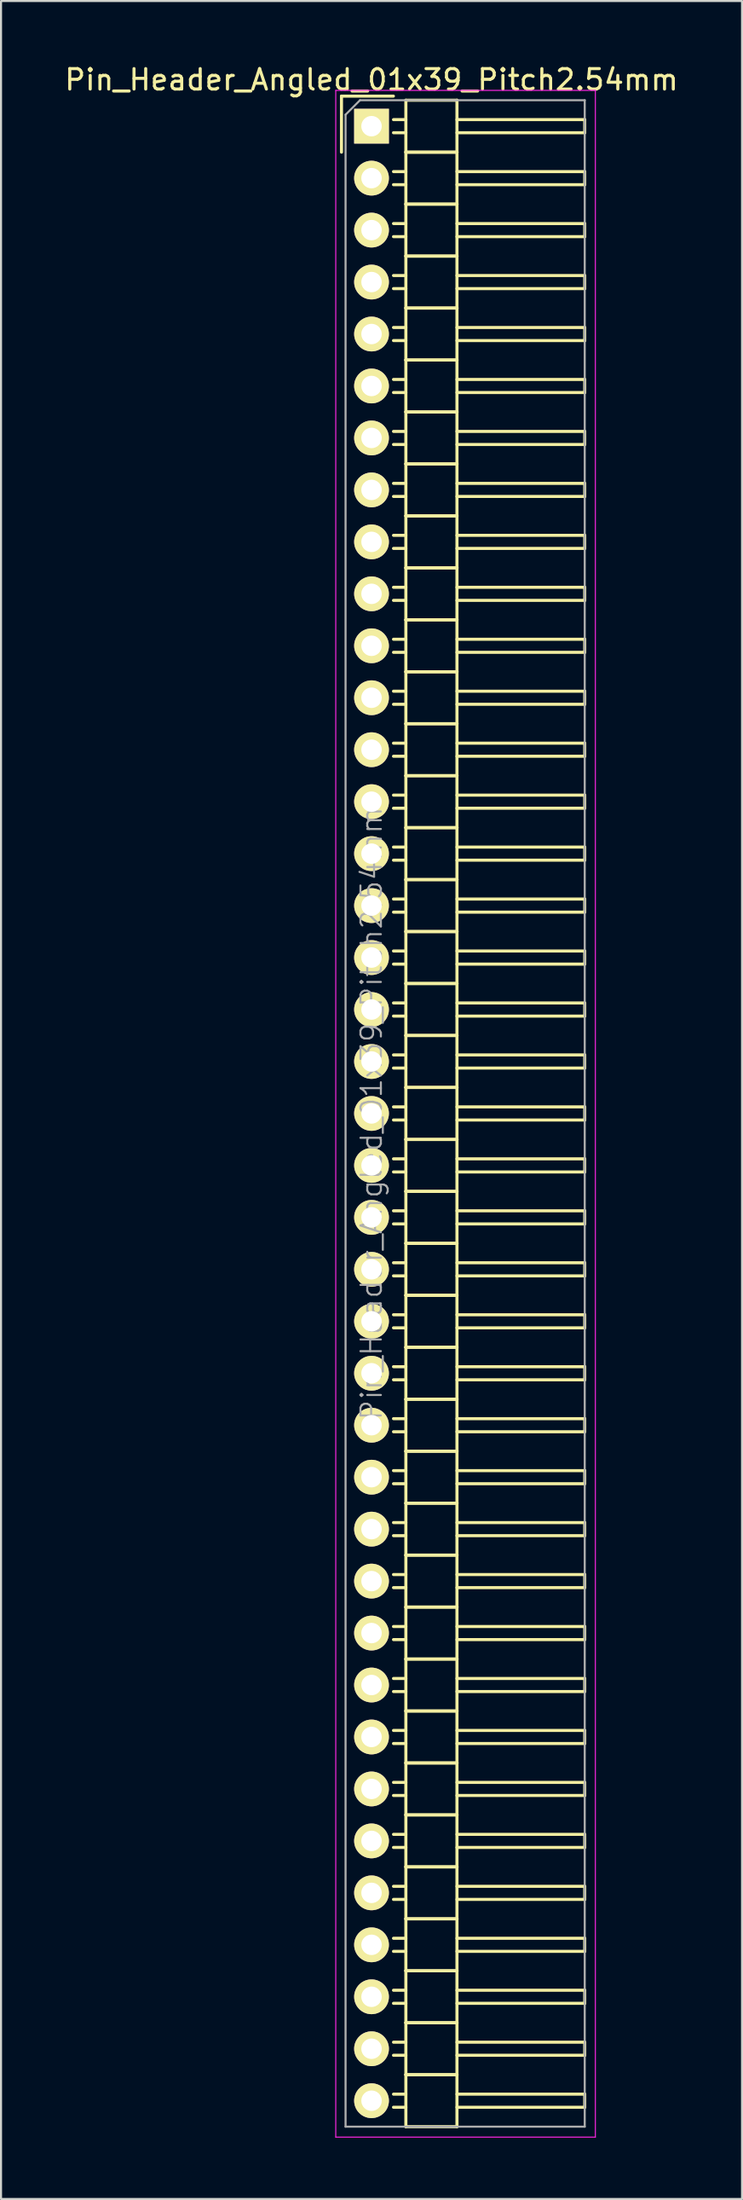
<source format=kicad_pcb>
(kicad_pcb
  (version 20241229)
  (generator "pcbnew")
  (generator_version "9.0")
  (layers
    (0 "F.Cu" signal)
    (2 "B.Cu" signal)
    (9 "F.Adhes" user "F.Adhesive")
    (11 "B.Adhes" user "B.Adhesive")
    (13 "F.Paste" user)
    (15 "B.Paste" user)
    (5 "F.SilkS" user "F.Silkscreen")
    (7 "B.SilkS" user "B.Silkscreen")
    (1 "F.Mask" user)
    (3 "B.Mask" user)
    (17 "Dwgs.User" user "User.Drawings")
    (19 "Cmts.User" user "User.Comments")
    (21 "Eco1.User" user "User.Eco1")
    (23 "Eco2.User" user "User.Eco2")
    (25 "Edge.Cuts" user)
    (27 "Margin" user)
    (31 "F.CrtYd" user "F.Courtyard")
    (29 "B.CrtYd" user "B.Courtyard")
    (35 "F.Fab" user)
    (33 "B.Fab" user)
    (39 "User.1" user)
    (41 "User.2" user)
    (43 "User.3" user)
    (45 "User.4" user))
  (footprint "Pin_Header_Angled_01x39_Pitch2.54mm"
    (layer "F.Cu")
    (at 15.125 3.118)
    (property "Reference" "Pin_Header_Angled_01x39_Pitch2.54mm" (at 0 -2.27 0) (layer "F.SilkS") (effects (font (size 1 1) (thickness 0.15))))
    (attr smd)
    (fp_line (start -1.47 -1.47) (end -1.47 1.27) (stroke (width 0.15) (type solid)) (layer "F.SilkS"))
    (fp_line (start -1.47 -1.47) (end 1.07 -1.47) (stroke (width 0.15) (type solid)) (layer "F.SilkS"))
    (fp_line (start 1.68 -0.32) (end 1.075 -0.32) (stroke (width 0.15) (type solid)) (layer "F.SilkS"))
    (fp_line (start 1.68 0.32) (end 1.075 0.32) (stroke (width 0.15) (type solid)) (layer "F.SilkS"))
    (fp_line (start 1.68 1.27) (end 1.68 -1.27) (stroke (width 0.15) (type solid)) (layer "F.SilkS"))
    (fp_line (start 1.68 2.22) (end 1.075 2.22) (stroke (width 0.15) (type solid)) (layer "F.SilkS"))
    (fp_line (start 1.68 2.86) (end 1.075 2.86) (stroke (width 0.15) (type solid)) (layer "F.SilkS"))
    (fp_line (start 1.68 3.81) (end 1.68 1.27) (stroke (width 0.15) (type solid)) (layer "F.SilkS"))
    (fp_line (start 1.68 4.76) (end 1.075 4.76) (stroke (width 0.15) (type solid)) (layer "F.SilkS"))
    (fp_line (start 1.68 5.4) (end 1.075 5.4) (stroke (width 0.15) (type solid)) (layer "F.SilkS"))
    (fp_line (start 1.68 6.35) (end 1.68 3.81) (stroke (width 0.15) (type solid)) (layer "F.SilkS"))
    (fp_line (start 1.68 7.3) (end 1.075 7.3) (stroke (width 0.15) (type solid)) (layer "F.SilkS"))
    (fp_line (start 1.68 7.94) (end 1.075 7.94) (stroke (width 0.15) (type solid)) (layer "F.SilkS"))
    (fp_line (start 1.68 8.89) (end 1.68 6.35) (stroke (width 0.15) (type solid)) (layer "F.SilkS"))
    (fp_line (start 1.68 9.84) (end 1.075 9.84) (stroke (width 0.15) (type solid)) (layer "F.SilkS"))
    (fp_line (start 1.68 10.48) (end 1.075 10.48) (stroke (width 0.15) (type solid)) (layer "F.SilkS"))
    (fp_line (start 1.68 11.43) (end 1.68 8.89) (stroke (width 0.15) (type solid)) (layer "F.SilkS"))
    (fp_line (start 1.68 12.38) (end 1.075 12.38) (stroke (width 0.15) (type solid)) (layer "F.SilkS"))
    (fp_line (start 1.68 13.02) (end 1.075 13.02) (stroke (width 0.15) (type solid)) (layer "F.SilkS"))
    (fp_line (start 1.68 13.97) (end 1.68 11.43) (stroke (width 0.15) (type solid)) (layer "F.SilkS"))
    (fp_line (start 1.68 14.92) (end 1.075 14.92) (stroke (width 0.15) (type solid)) (layer "F.SilkS"))
    (fp_line (start 1.68 15.56) (end 1.075 15.56) (stroke (width 0.15) (type solid)) (layer "F.SilkS"))
    (fp_line (start 1.68 16.51) (end 1.68 13.97) (stroke (width 0.15) (type solid)) (layer "F.SilkS"))
    (fp_line (start 1.68 17.46) (end 1.075 17.46) (stroke (width 0.15) (type solid)) (layer "F.SilkS"))
    (fp_line (start 1.68 18.1) (end 1.075 18.1) (stroke (width 0.15) (type solid)) (layer "F.SilkS"))
    (fp_line (start 1.68 19.05) (end 1.68 16.51) (stroke (width 0.15) (type solid)) (layer "F.SilkS"))
    (fp_line (start 1.68 20) (end 1.075 20) (stroke (width 0.15) (type solid)) (layer "F.SilkS"))
    (fp_line (start 1.68 20.64) (end 1.075 20.64) (stroke (width 0.15) (type solid)) (layer "F.SilkS"))
    (fp_line (start 1.68 21.59) (end 1.68 19.05) (stroke (width 0.15) (type solid)) (layer "F.SilkS"))
    (fp_line (start 1.68 22.54) (end 1.075 22.54) (stroke (width 0.15) (type solid)) (layer "F.SilkS"))
    (fp_line (start 1.68 23.18) (end 1.075 23.18) (stroke (width 0.15) (type solid)) (layer "F.SilkS"))
    (fp_line (start 1.68 24.13) (end 1.68 21.59) (stroke (width 0.15) (type solid)) (layer "F.SilkS"))
    (fp_line (start 1.68 25.08) (end 1.075 25.08) (stroke (width 0.15) (type solid)) (layer "F.SilkS"))
    (fp_line (start 1.68 25.72) (end 1.075 25.72) (stroke (width 0.15) (type solid)) (layer "F.SilkS"))
    (fp_line (start 1.68 26.67) (end 1.68 24.13) (stroke (width 0.15) (type solid)) (layer "F.SilkS"))
    (fp_line (start 1.68 27.62) (end 1.075 27.62) (stroke (width 0.15) (type solid)) (layer "F.SilkS"))
    (fp_line (start 1.68 28.26) (end 1.075 28.26) (stroke (width 0.15) (type solid)) (layer "F.SilkS"))
    (fp_line (start 1.68 29.21) (end 1.68 26.67) (stroke (width 0.15) (type solid)) (layer "F.SilkS"))
    (fp_line (start 1.68 30.16) (end 1.075 30.16) (stroke (width 0.15) (type solid)) (layer "F.SilkS"))
    (fp_line (start 1.68 30.8) (end 1.075 30.8) (stroke (width 0.15) (type solid)) (layer "F.SilkS"))
    (fp_line (start 1.68 31.75) (end 1.68 29.21) (stroke (width 0.15) (type solid)) (layer "F.SilkS"))
    (fp_line (start 1.68 32.7) (end 1.075 32.7) (stroke (width 0.15) (type solid)) (layer "F.SilkS"))
    (fp_line (start 1.68 33.34) (end 1.075 33.34) (stroke (width 0.15) (type solid)) (layer "F.SilkS"))
    (fp_line (start 1.68 34.29) (end 1.68 31.75) (stroke (width 0.15) (type solid)) (layer "F.SilkS"))
    (fp_line (start 1.68 35.24) (end 1.075 35.24) (stroke (width 0.15) (type solid)) (layer "F.SilkS"))
    (fp_line (start 1.68 35.88) (end 1.075 35.88) (stroke (width 0.15) (type solid)) (layer "F.SilkS"))
    (fp_line (start 1.68 36.83) (end 1.68 34.29) (stroke (width 0.15) (type solid)) (layer "F.SilkS"))
    (fp_line (start 1.68 37.78) (end 1.075 37.78) (stroke (width 0.15) (type solid)) (layer "F.SilkS"))
    (fp_line (start 1.68 38.42) (end 1.075 38.42) (stroke (width 0.15) (type solid)) (layer "F.SilkS"))
    (fp_line (start 1.68 39.37) (end 1.68 36.83) (stroke (width 0.15) (type solid)) (layer "F.SilkS"))
    (fp_line (start 1.68 40.32) (end 1.075 40.32) (stroke (width 0.15) (type solid)) (layer "F.SilkS"))
    (fp_line (start 1.68 40.96) (end 1.075 40.96) (stroke (width 0.15) (type solid)) (layer "F.SilkS"))
    (fp_line (start 1.68 41.91) (end 1.68 39.37) (stroke (width 0.15) (type solid)) (layer "F.SilkS"))
    (fp_line (start 1.68 42.86) (end 1.075 42.86) (stroke (width 0.15) (type solid)) (layer "F.SilkS"))
    (fp_line (start 1.68 43.5) (end 1.075 43.5) (stroke (width 0.15) (type solid)) (layer "F.SilkS"))
    (fp_line (start 1.68 44.45) (end 1.68 41.91) (stroke (width 0.15) (type solid)) (layer "F.SilkS"))
    (fp_line (start 1.68 45.4) (end 1.075 45.4) (stroke (width 0.15) (type solid)) (layer "F.SilkS"))
    (fp_line (start 1.68 46.04) (end 1.075 46.04) (stroke (width 0.15) (type solid)) (layer "F.SilkS"))
    (fp_line (start 1.68 46.99) (end 1.68 44.45) (stroke (width 0.15) (type solid)) (layer "F.SilkS"))
    (fp_line (start 1.68 47.94) (end 1.075 47.94) (stroke (width 0.15) (type solid)) (layer "F.SilkS"))
    (fp_line (start 1.68 48.58) (end 1.075 48.58) (stroke (width 0.15) (type solid)) (layer "F.SilkS"))
    (fp_line (start 1.68 49.53) (end 1.68 46.99) (stroke (width 0.15) (type solid)) (layer "F.SilkS"))
    (fp_line (start 1.68 50.48) (end 1.075 50.48) (stroke (width 0.15) (type solid)) (layer "F.SilkS"))
    (fp_line (start 1.68 51.12) (end 1.075 51.12) (stroke (width 0.15) (type solid)) (layer "F.SilkS"))
    (fp_line (start 1.68 52.07) (end 1.68 49.53) (stroke (width 0.15) (type solid)) (layer "F.SilkS"))
    (fp_line (start 1.68 53.02) (end 1.075 53.02) (stroke (width 0.15) (type solid)) (layer "F.SilkS"))
    (fp_line (start 1.68 53.66) (end 1.075 53.66) (stroke (width 0.15) (type solid)) (layer "F.SilkS"))
    (fp_line (start 1.68 54.61) (end 1.68 52.07) (stroke (width 0.15) (type solid)) (layer "F.SilkS"))
    (fp_line (start 1.68 55.56) (end 1.075 55.56) (stroke (width 0.15) (type solid)) (layer "F.SilkS"))
    (fp_line (start 1.68 56.2) (end 1.075 56.2) (stroke (width 0.15) (type solid)) (layer "F.SilkS"))
    (fp_line (start 1.68 57.15) (end 1.68 54.61) (stroke (width 0.15) (type solid)) (layer "F.SilkS"))
    (fp_line (start 1.68 58.1) (end 1.075 58.1) (stroke (width 0.15) (type solid)) (layer "F.SilkS"))
    (fp_line (start 1.68 58.74) (end 1.075 58.74) (stroke (width 0.15) (type solid)) (layer "F.SilkS"))
    (fp_line (start 1.68 59.69) (end 1.68 57.15) (stroke (width 0.15) (type solid)) (layer "F.SilkS"))
    (fp_line (start 1.68 60.64) (end 1.075 60.64) (stroke (width 0.15) (type solid)) (layer "F.SilkS"))
    (fp_line (start 1.68 61.28) (end 1.075 61.28) (stroke (width 0.15) (type solid)) (layer "F.SilkS"))
    (fp_line (start 1.68 62.23) (end 1.68 59.69) (stroke (width 0.15) (type solid)) (layer "F.SilkS"))
    (fp_line (start 1.68 63.18) (end 1.075 63.18) (stroke (width 0.15) (type solid)) (layer "F.SilkS"))
    (fp_line (start 1.68 63.82) (end 1.075 63.82) (stroke (width 0.15) (type solid)) (layer "F.SilkS"))
    (fp_line (start 1.68 64.77) (end 1.68 62.23) (stroke (width 0.15) (type solid)) (layer "F.SilkS"))
    (fp_line (start 1.68 65.72) (end 1.075 65.72) (stroke (width 0.15) (type solid)) (layer "F.SilkS"))
    (fp_line (start 1.68 66.36) (end 1.075 66.36) (stroke (width 0.15) (type solid)) (layer "F.SilkS"))
    (fp_line (start 1.68 67.31) (end 1.68 64.77) (stroke (width 0.15) (type solid)) (layer "F.SilkS"))
    (fp_line (start 1.68 68.26) (end 1.075 68.26) (stroke (width 0.15) (type solid)) (layer "F.SilkS"))
    (fp_line (start 1.68 68.9) (end 1.075 68.9) (stroke (width 0.15) (type solid)) (layer "F.SilkS"))
    (fp_line (start 1.68 69.85) (end 1.68 67.31) (stroke (width 0.15) (type solid)) (layer "F.SilkS"))
    (fp_line (start 1.68 70.8) (end 1.075 70.8) (stroke (width 0.15) (type solid)) (layer "F.SilkS"))
    (fp_line (start 1.68 71.44) (end 1.075 71.44) (stroke (width 0.15) (type solid)) (layer "F.SilkS"))
    (fp_line (start 1.68 72.39) (end 1.68 69.85) (stroke (width 0.15) (type solid)) (layer "F.SilkS"))
    (fp_line (start 1.68 73.34) (end 1.075 73.34) (stroke (width 0.15) (type solid)) (layer "F.SilkS"))
    (fp_line (start 1.68 73.98) (end 1.075 73.98) (stroke (width 0.15) (type solid)) (layer "F.SilkS"))
    (fp_line (start 1.68 74.93) (end 1.68 72.39) (stroke (width 0.15) (type solid)) (layer "F.SilkS"))
    (fp_line (start 1.68 75.88) (end 1.075 75.88) (stroke (width 0.15) (type solid)) (layer "F.SilkS"))
    (fp_line (start 1.68 76.52) (end 1.075 76.52) (stroke (width 0.15) (type solid)) (layer "F.SilkS"))
    (fp_line (start 1.68 77.47) (end 1.68 74.93) (stroke (width 0.15) (type solid)) (layer "F.SilkS"))
    (fp_line (start 1.68 78.42) (end 1.075 78.42) (stroke (width 0.15) (type solid)) (layer "F.SilkS"))
    (fp_line (start 1.68 79.06) (end 1.075 79.06) (stroke (width 0.15) (type solid)) (layer "F.SilkS"))
    (fp_line (start 1.68 80.01) (end 1.68 77.47) (stroke (width 0.15) (type solid)) (layer "F.SilkS"))
    (fp_line (start 1.68 80.96) (end 1.075 80.96) (stroke (width 0.15) (type solid)) (layer "F.SilkS"))
    (fp_line (start 1.68 81.6) (end 1.075 81.6) (stroke (width 0.15) (type solid)) (layer "F.SilkS"))
    (fp_line (start 1.68 82.55) (end 1.68 80.01) (stroke (width 0.15) (type solid)) (layer "F.SilkS"))
    (fp_line (start 1.68 83.5) (end 1.075 83.5) (stroke (width 0.15) (type solid)) (layer "F.SilkS"))
    (fp_line (start 1.68 84.14) (end 1.075 84.14) (stroke (width 0.15) (type solid)) (layer "F.SilkS"))
    (fp_line (start 1.68 85.09) (end 1.68 82.55) (stroke (width 0.15) (type solid)) (layer "F.SilkS"))
    (fp_line (start 1.68 86.04) (end 1.075 86.04) (stroke (width 0.15) (type solid)) (layer "F.SilkS"))
    (fp_line (start 1.68 86.68) (end 1.075 86.68) (stroke (width 0.15) (type solid)) (layer "F.SilkS"))
    (fp_line (start 1.68 87.63) (end 1.68 85.09) (stroke (width 0.15) (type solid)) (layer "F.SilkS"))
    (fp_line (start 1.68 88.58) (end 1.075 88.58) (stroke (width 0.15) (type solid)) (layer "F.SilkS"))
    (fp_line (start 1.68 89.22) (end 1.075 89.22) (stroke (width 0.15) (type solid)) (layer "F.SilkS"))
    (fp_line (start 1.68 90.17) (end 1.68 87.63) (stroke (width 0.15) (type solid)) (layer "F.SilkS"))
    (fp_line (start 1.68 91.12) (end 1.075 91.12) (stroke (width 0.15) (type solid)) (layer "F.SilkS"))
    (fp_line (start 1.68 91.76) (end 1.075 91.76) (stroke (width 0.15) (type solid)) (layer "F.SilkS"))
    (fp_line (start 1.68 92.71) (end 1.68 90.17) (stroke (width 0.15) (type solid)) (layer "F.SilkS"))
    (fp_line (start 1.68 93.66) (end 1.075 93.66) (stroke (width 0.15) (type solid)) (layer "F.SilkS"))
    (fp_line (start 1.68 94.3) (end 1.075 94.3) (stroke (width 0.15) (type solid)) (layer "F.SilkS"))
    (fp_line (start 1.68 95.25) (end 1.68 92.71) (stroke (width 0.15) (type solid)) (layer "F.SilkS"))
    (fp_line (start 1.68 96.2) (end 1.075 96.2) (stroke (width 0.15) (type solid)) (layer "F.SilkS"))
    (fp_line (start 1.68 96.84) (end 1.075 96.84) (stroke (width 0.15) (type solid)) (layer "F.SilkS"))
    (fp_line (start 1.68 97.79) (end 1.68 95.25) (stroke (width 0.15) (type solid)) (layer "F.SilkS"))
    (fp_line (start 4.18 -1.27) (end 1.68 -1.27) (stroke (width 0.15) (type solid)) (layer "F.SilkS"))
    (fp_line (start 4.18 -0.32) (end 10.43 -0.32) (stroke (width 0.15) (type solid)) (layer "F.SilkS"))
    (fp_line (start 4.18 0.32) (end 10.43 0.32) (stroke (width 0.15) (type solid)) (layer "F.SilkS"))
    (fp_line (start 4.18 1.27) (end 1.68 1.27) (stroke (width 0.15) (type solid)) (layer "F.SilkS"))
    (fp_line (start 4.18 1.27) (end 1.68 1.27) (stroke (width 0.15) (type solid)) (layer "F.SilkS"))
    (fp_line (start 4.18 1.27) (end 4.18 -1.27) (stroke (width 0.15) (type solid)) (layer "F.SilkS"))
    (fp_line (start 4.18 2.22) (end 10.43 2.22) (stroke (width 0.15) (type solid)) (layer "F.SilkS"))
    (fp_line (start 4.18 2.86) (end 10.43 2.86) (stroke (width 0.15) (type solid)) (layer "F.SilkS"))
    (fp_line (start 4.18 3.81) (end 1.68 3.81) (stroke (width 0.15) (type solid)) (layer "F.SilkS"))
    (fp_line (start 4.18 3.81) (end 1.68 3.81) (stroke (width 0.15) (type solid)) (layer "F.SilkS"))
    (fp_line (start 4.18 3.81) (end 4.18 1.27) (stroke (width 0.15) (type solid)) (layer "F.SilkS"))
    (fp_line (start 4.18 4.76) (end 10.43 4.76) (stroke (width 0.15) (type solid)) (layer "F.SilkS"))
    (fp_line (start 4.18 5.4) (end 10.43 5.4) (stroke (width 0.15) (type solid)) (layer "F.SilkS"))
    (fp_line (start 4.18 6.35) (end 1.68 6.35) (stroke (width 0.15) (type solid)) (layer "F.SilkS"))
    (fp_line (start 4.18 6.35) (end 1.68 6.35) (stroke (width 0.15) (type solid)) (layer "F.SilkS"))
    (fp_line (start 4.18 6.35) (end 4.18 3.81) (stroke (width 0.15) (type solid)) (layer "F.SilkS"))
    (fp_line (start 4.18 7.3) (end 10.43 7.3) (stroke (width 0.15) (type solid)) (layer "F.SilkS"))
    (fp_line (start 4.18 7.94) (end 10.43 7.94) (stroke (width 0.15) (type solid)) (layer "F.SilkS"))
    (fp_line (start 4.18 8.89) (end 1.68 8.89) (stroke (width 0.15) (type solid)) (layer "F.SilkS"))
    (fp_line (start 4.18 8.89) (end 1.68 8.89) (stroke (width 0.15) (type solid)) (layer "F.SilkS"))
    (fp_line (start 4.18 8.89) (end 4.18 6.35) (stroke (width 0.15) (type solid)) (layer "F.SilkS"))
    (fp_line (start 4.18 9.84) (end 10.43 9.84) (stroke (width 0.15) (type solid)) (layer "F.SilkS"))
    (fp_line (start 4.18 10.48) (end 10.43 10.48) (stroke (width 0.15) (type solid)) (layer "F.SilkS"))
    (fp_line (start 4.18 11.43) (end 1.68 11.43) (stroke (width 0.15) (type solid)) (layer "F.SilkS"))
    (fp_line (start 4.18 11.43) (end 1.68 11.43) (stroke (width 0.15) (type solid)) (layer "F.SilkS"))
    (fp_line (start 4.18 11.43) (end 4.18 8.89) (stroke (width 0.15) (type solid)) (layer "F.SilkS"))
    (fp_line (start 4.18 12.38) (end 10.43 12.38) (stroke (width 0.15) (type solid)) (layer "F.SilkS"))
    (fp_line (start 4.18 13.02) (end 10.43 13.02) (stroke (width 0.15) (type solid)) (layer "F.SilkS"))
    (fp_line (start 4.18 13.97) (end 1.68 13.97) (stroke (width 0.15) (type solid)) (layer "F.SilkS"))
    (fp_line (start 4.18 13.97) (end 1.68 13.97) (stroke (width 0.15) (type solid)) (layer "F.SilkS"))
    (fp_line (start 4.18 13.97) (end 4.18 11.43) (stroke (width 0.15) (type solid)) (layer "F.SilkS"))
    (fp_line (start 4.18 14.92) (end 10.43 14.92) (stroke (width 0.15) (type solid)) (layer "F.SilkS"))
    (fp_line (start 4.18 15.56) (end 10.43 15.56) (stroke (width 0.15) (type solid)) (layer "F.SilkS"))
    (fp_line (start 4.18 16.51) (end 1.68 16.51) (stroke (width 0.15) (type solid)) (layer "F.SilkS"))
    (fp_line (start 4.18 16.51) (end 1.68 16.51) (stroke (width 0.15) (type solid)) (layer "F.SilkS"))
    (fp_line (start 4.18 16.51) (end 4.18 13.97) (stroke (width 0.15) (type solid)) (layer "F.SilkS"))
    (fp_line (start 4.18 17.46) (end 10.43 17.46) (stroke (width 0.15) (type solid)) (layer "F.SilkS"))
    (fp_line (start 4.18 18.1) (end 10.43 18.1) (stroke (width 0.15) (type solid)) (layer "F.SilkS"))
    (fp_line (start 4.18 19.05) (end 1.68 19.05) (stroke (width 0.15) (type solid)) (layer "F.SilkS"))
    (fp_line (start 4.18 19.05) (end 1.68 19.05) (stroke (width 0.15) (type solid)) (layer "F.SilkS"))
    (fp_line (start 4.18 19.05) (end 4.18 16.51) (stroke (width 0.15) (type solid)) (layer "F.SilkS"))
    (fp_line (start 4.18 20) (end 10.43 20) (stroke (width 0.15) (type solid)) (layer "F.SilkS"))
    (fp_line (start 4.18 20.64) (end 10.43 20.64) (stroke (width 0.15) (type solid)) (layer "F.SilkS"))
    (fp_line (start 4.18 21.59) (end 1.68 21.59) (stroke (width 0.15) (type solid)) (layer "F.SilkS"))
    (fp_line (start 4.18 21.59) (end 1.68 21.59) (stroke (width 0.15) (type solid)) (layer "F.SilkS"))
    (fp_line (start 4.18 21.59) (end 4.18 19.05) (stroke (width 0.15) (type solid)) (layer "F.SilkS"))
    (fp_line (start 4.18 22.54) (end 10.43 22.54) (stroke (width 0.15) (type solid)) (layer "F.SilkS"))
    (fp_line (start 4.18 23.18) (end 10.43 23.18) (stroke (width 0.15) (type solid)) (layer "F.SilkS"))
    (fp_line (start 4.18 24.13) (end 1.68 24.13) (stroke (width 0.15) (type solid)) (layer "F.SilkS"))
    (fp_line (start 4.18 24.13) (end 1.68 24.13) (stroke (width 0.15) (type solid)) (layer "F.SilkS"))
    (fp_line (start 4.18 24.13) (end 4.18 21.59) (stroke (width 0.15) (type solid)) (layer "F.SilkS"))
    (fp_line (start 4.18 25.08) (end 10.43 25.08) (stroke (width 0.15) (type solid)) (layer "F.SilkS"))
    (fp_line (start 4.18 25.72) (end 10.43 25.72) (stroke (width 0.15) (type solid)) (layer "F.SilkS"))
    (fp_line (start 4.18 26.67) (end 1.68 26.67) (stroke (width 0.15) (type solid)) (layer "F.SilkS"))
    (fp_line (start 4.18 26.67) (end 1.68 26.67) (stroke (width 0.15) (type solid)) (layer "F.SilkS"))
    (fp_line (start 4.18 26.67) (end 4.18 24.13) (stroke (width 0.15) (type solid)) (layer "F.SilkS"))
    (fp_line (start 4.18 27.62) (end 10.43 27.62) (stroke (width 0.15) (type solid)) (layer "F.SilkS"))
    (fp_line (start 4.18 28.26) (end 10.43 28.26) (stroke (width 0.15) (type solid)) (layer "F.SilkS"))
    (fp_line (start 4.18 29.21) (end 1.68 29.21) (stroke (width 0.15) (type solid)) (layer "F.SilkS"))
    (fp_line (start 4.18 29.21) (end 1.68 29.21) (stroke (width 0.15) (type solid)) (layer "F.SilkS"))
    (fp_line (start 4.18 29.21) (end 4.18 26.67) (stroke (width 0.15) (type solid)) (layer "F.SilkS"))
    (fp_line (start 4.18 30.16) (end 10.43 30.16) (stroke (width 0.15) (type solid)) (layer "F.SilkS"))
    (fp_line (start 4.18 30.8) (end 10.43 30.8) (stroke (width 0.15) (type solid)) (layer "F.SilkS"))
    (fp_line (start 4.18 31.75) (end 1.68 31.75) (stroke (width 0.15) (type solid)) (layer "F.SilkS"))
    (fp_line (start 4.18 31.75) (end 1.68 31.75) (stroke (width 0.15) (type solid)) (layer "F.SilkS"))
    (fp_line (start 4.18 31.75) (end 4.18 29.21) (stroke (width 0.15) (type solid)) (layer "F.SilkS"))
    (fp_line (start 4.18 32.7) (end 10.43 32.7) (stroke (width 0.15) (type solid)) (layer "F.SilkS"))
    (fp_line (start 4.18 33.34) (end 10.43 33.34) (stroke (width 0.15) (type solid)) (layer "F.SilkS"))
    (fp_line (start 4.18 34.29) (end 1.68 34.29) (stroke (width 0.15) (type solid)) (layer "F.SilkS"))
    (fp_line (start 4.18 34.29) (end 1.68 34.29) (stroke (width 0.15) (type solid)) (layer "F.SilkS"))
    (fp_line (start 4.18 34.29) (end 4.18 31.75) (stroke (width 0.15) (type solid)) (layer "F.SilkS"))
    (fp_line (start 4.18 35.24) (end 10.43 35.24) (stroke (width 0.15) (type solid)) (layer "F.SilkS"))
    (fp_line (start 4.18 35.88) (end 10.43 35.88) (stroke (width 0.15) (type solid)) (layer "F.SilkS"))
    (fp_line (start 4.18 36.83) (end 1.68 36.83) (stroke (width 0.15) (type solid)) (layer "F.SilkS"))
    (fp_line (start 4.18 36.83) (end 1.68 36.83) (stroke (width 0.15) (type solid)) (layer "F.SilkS"))
    (fp_line (start 4.18 36.83) (end 4.18 34.29) (stroke (width 0.15) (type solid)) (layer "F.SilkS"))
    (fp_line (start 4.18 37.78) (end 10.43 37.78) (stroke (width 0.15) (type solid)) (layer "F.SilkS"))
    (fp_line (start 4.18 38.42) (end 10.43 38.42) (stroke (width 0.15) (type solid)) (layer "F.SilkS"))
    (fp_line (start 4.18 39.37) (end 1.68 39.37) (stroke (width 0.15) (type solid)) (layer "F.SilkS"))
    (fp_line (start 4.18 39.37) (end 1.68 39.37) (stroke (width 0.15) (type solid)) (layer "F.SilkS"))
    (fp_line (start 4.18 39.37) (end 4.18 36.83) (stroke (width 0.15) (type solid)) (layer "F.SilkS"))
    (fp_line (start 4.18 40.32) (end 10.43 40.32) (stroke (width 0.15) (type solid)) (layer "F.SilkS"))
    (fp_line (start 4.18 40.96) (end 10.43 40.96) (stroke (width 0.15) (type solid)) (layer "F.SilkS"))
    (fp_line (start 4.18 41.91) (end 1.68 41.91) (stroke (width 0.15) (type solid)) (layer "F.SilkS"))
    (fp_line (start 4.18 41.91) (end 1.68 41.91) (stroke (width 0.15) (type solid)) (layer "F.SilkS"))
    (fp_line (start 4.18 41.91) (end 4.18 39.37) (stroke (width 0.15) (type solid)) (layer "F.SilkS"))
    (fp_line (start 4.18 42.86) (end 10.43 42.86) (stroke (width 0.15) (type solid)) (layer "F.SilkS"))
    (fp_line (start 4.18 43.5) (end 10.43 43.5) (stroke (width 0.15) (type solid)) (layer "F.SilkS"))
    (fp_line (start 4.18 44.45) (end 1.68 44.45) (stroke (width 0.15) (type solid)) (layer "F.SilkS"))
    (fp_line (start 4.18 44.45) (end 1.68 44.45) (stroke (width 0.15) (type solid)) (layer "F.SilkS"))
    (fp_line (start 4.18 44.45) (end 4.18 41.91) (stroke (width 0.15) (type solid)) (layer "F.SilkS"))
    (fp_line (start 4.18 45.4) (end 10.43 45.4) (stroke (width 0.15) (type solid)) (layer "F.SilkS"))
    (fp_line (start 4.18 46.04) (end 10.43 46.04) (stroke (width 0.15) (type solid)) (layer "F.SilkS"))
    (fp_line (start 4.18 46.99) (end 1.68 46.99) (stroke (width 0.15) (type solid)) (layer "F.SilkS"))
    (fp_line (start 4.18 46.99) (end 1.68 46.99) (stroke (width 0.15) (type solid)) (layer "F.SilkS"))
    (fp_line (start 4.18 46.99) (end 4.18 44.45) (stroke (width 0.15) (type solid)) (layer "F.SilkS"))
    (fp_line (start 4.18 47.94) (end 10.43 47.94) (stroke (width 0.15) (type solid)) (layer "F.SilkS"))
    (fp_line (start 4.18 48.58) (end 10.43 48.58) (stroke (width 0.15) (type solid)) (layer "F.SilkS"))
    (fp_line (start 4.18 49.53) (end 1.68 49.53) (stroke (width 0.15) (type solid)) (layer "F.SilkS"))
    (fp_line (start 4.18 49.53) (end 1.68 49.53) (stroke (width 0.15) (type solid)) (layer "F.SilkS"))
    (fp_line (start 4.18 49.53) (end 4.18 46.99) (stroke (width 0.15) (type solid)) (layer "F.SilkS"))
    (fp_line (start 4.18 50.48) (end 10.43 50.48) (stroke (width 0.15) (type solid)) (layer "F.SilkS"))
    (fp_line (start 4.18 51.12) (end 10.43 51.12) (stroke (width 0.15) (type solid)) (layer "F.SilkS"))
    (fp_line (start 4.18 52.07) (end 1.68 52.07) (stroke (width 0.15) (type solid)) (layer "F.SilkS"))
    (fp_line (start 4.18 52.07) (end 1.68 52.07) (stroke (width 0.15) (type solid)) (layer "F.SilkS"))
    (fp_line (start 4.18 52.07) (end 4.18 49.53) (stroke (width 0.15) (type solid)) (layer "F.SilkS"))
    (fp_line (start 4.18 53.02) (end 10.43 53.02) (stroke (width 0.15) (type solid)) (layer "F.SilkS"))
    (fp_line (start 4.18 53.66) (end 10.43 53.66) (stroke (width 0.15) (type solid)) (layer "F.SilkS"))
    (fp_line (start 4.18 54.61) (end 1.68 54.61) (stroke (width 0.15) (type solid)) (layer "F.SilkS"))
    (fp_line (start 4.18 54.61) (end 1.68 54.61) (stroke (width 0.15) (type solid)) (layer "F.SilkS"))
    (fp_line (start 4.18 54.61) (end 4.18 52.07) (stroke (width 0.15) (type solid)) (layer "F.SilkS"))
    (fp_line (start 4.18 55.56) (end 10.43 55.56) (stroke (width 0.15) (type solid)) (layer "F.SilkS"))
    (fp_line (start 4.18 56.2) (end 10.43 56.2) (stroke (width 0.15) (type solid)) (layer "F.SilkS"))
    (fp_line (start 4.18 57.15) (end 1.68 57.15) (stroke (width 0.15) (type solid)) (layer "F.SilkS"))
    (fp_line (start 4.18 57.15) (end 1.68 57.15) (stroke (width 0.15) (type solid)) (layer "F.SilkS"))
    (fp_line (start 4.18 57.15) (end 4.18 54.61) (stroke (width 0.15) (type solid)) (layer "F.SilkS"))
    (fp_line (start 4.18 58.1) (end 10.43 58.1) (stroke (width 0.15) (type solid)) (layer "F.SilkS"))
    (fp_line (start 4.18 58.74) (end 10.43 58.74) (stroke (width 0.15) (type solid)) (layer "F.SilkS"))
    (fp_line (start 4.18 59.69) (end 1.68 59.69) (stroke (width 0.15) (type solid)) (layer "F.SilkS"))
    (fp_line (start 4.18 59.69) (end 1.68 59.69) (stroke (width 0.15) (type solid)) (layer "F.SilkS"))
    (fp_line (start 4.18 59.69) (end 4.18 57.15) (stroke (width 0.15) (type solid)) (layer "F.SilkS"))
    (fp_line (start 4.18 60.64) (end 10.43 60.64) (stroke (width 0.15) (type solid)) (layer "F.SilkS"))
    (fp_line (start 4.18 61.28) (end 10.43 61.28) (stroke (width 0.15) (type solid)) (layer "F.SilkS"))
    (fp_line (start 4.18 62.23) (end 1.68 62.23) (stroke (width 0.15) (type solid)) (layer "F.SilkS"))
    (fp_line (start 4.18 62.23) (end 1.68 62.23) (stroke (width 0.15) (type solid)) (layer "F.SilkS"))
    (fp_line (start 4.18 62.23) (end 4.18 59.69) (stroke (width 0.15) (type solid)) (layer "F.SilkS"))
    (fp_line (start 4.18 63.18) (end 10.43 63.18) (stroke (width 0.15) (type solid)) (layer "F.SilkS"))
    (fp_line (start 4.18 63.82) (end 10.43 63.82) (stroke (width 0.15) (type solid)) (layer "F.SilkS"))
    (fp_line (start 4.18 64.77) (end 1.68 64.77) (stroke (width 0.15) (type solid)) (layer "F.SilkS"))
    (fp_line (start 4.18 64.77) (end 1.68 64.77) (stroke (width 0.15) (type solid)) (layer "F.SilkS"))
    (fp_line (start 4.18 64.77) (end 4.18 62.23) (stroke (width 0.15) (type solid)) (layer "F.SilkS"))
    (fp_line (start 4.18 65.72) (end 10.43 65.72) (stroke (width 0.15) (type solid)) (layer "F.SilkS"))
    (fp_line (start 4.18 66.36) (end 10.43 66.36) (stroke (width 0.15) (type solid)) (layer "F.SilkS"))
    (fp_line (start 4.18 67.31) (end 1.68 67.31) (stroke (width 0.15) (type solid)) (layer "F.SilkS"))
    (fp_line (start 4.18 67.31) (end 1.68 67.31) (stroke (width 0.15) (type solid)) (layer "F.SilkS"))
    (fp_line (start 4.18 67.31) (end 4.18 64.77) (stroke (width 0.15) (type solid)) (layer "F.SilkS"))
    (fp_line (start 4.18 68.26) (end 10.43 68.26) (stroke (width 0.15) (type solid)) (layer "F.SilkS"))
    (fp_line (start 4.18 68.9) (end 10.43 68.9) (stroke (width 0.15) (type solid)) (layer "F.SilkS"))
    (fp_line (start 4.18 69.85) (end 1.68 69.85) (stroke (width 0.15) (type solid)) (layer "F.SilkS"))
    (fp_line (start 4.18 69.85) (end 1.68 69.85) (stroke (width 0.15) (type solid)) (layer "F.SilkS"))
    (fp_line (start 4.18 69.85) (end 4.18 67.31) (stroke (width 0.15) (type solid)) (layer "F.SilkS"))
    (fp_line (start 4.18 70.8) (end 10.43 70.8) (stroke (width 0.15) (type solid)) (layer "F.SilkS"))
    (fp_line (start 4.18 71.44) (end 10.43 71.44) (stroke (width 0.15) (type solid)) (layer "F.SilkS"))
    (fp_line (start 4.18 72.39) (end 1.68 72.39) (stroke (width 0.15) (type solid)) (layer "F.SilkS"))
    (fp_line (start 4.18 72.39) (end 1.68 72.39) (stroke (width 0.15) (type solid)) (layer "F.SilkS"))
    (fp_line (start 4.18 72.39) (end 4.18 69.85) (stroke (width 0.15) (type solid)) (layer "F.SilkS"))
    (fp_line (start 4.18 73.34) (end 10.43 73.34) (stroke (width 0.15) (type solid)) (layer "F.SilkS"))
    (fp_line (start 4.18 73.98) (end 10.43 73.98) (stroke (width 0.15) (type solid)) (layer "F.SilkS"))
    (fp_line (start 4.18 74.93) (end 1.68 74.93) (stroke (width 0.15) (type solid)) (layer "F.SilkS"))
    (fp_line (start 4.18 74.93) (end 1.68 74.93) (stroke (width 0.15) (type solid)) (layer "F.SilkS"))
    (fp_line (start 4.18 74.93) (end 4.18 72.39) (stroke (width 0.15) (type solid)) (layer "F.SilkS"))
    (fp_line (start 4.18 75.88) (end 10.43 75.88) (stroke (width 0.15) (type solid)) (layer "F.SilkS"))
    (fp_line (start 4.18 76.52) (end 10.43 76.52) (stroke (width 0.15) (type solid)) (layer "F.SilkS"))
    (fp_line (start 4.18 77.47) (end 1.68 77.47) (stroke (width 0.15) (type solid)) (layer "F.SilkS"))
    (fp_line (start 4.18 77.47) (end 1.68 77.47) (stroke (width 0.15) (type solid)) (layer "F.SilkS"))
    (fp_line (start 4.18 77.47) (end 4.18 74.93) (stroke (width 0.15) (type solid)) (layer "F.SilkS"))
    (fp_line (start 4.18 78.42) (end 10.43 78.42) (stroke (width 0.15) (type solid)) (layer "F.SilkS"))
    (fp_line (start 4.18 79.06) (end 10.43 79.06) (stroke (width 0.15) (type solid)) (layer "F.SilkS"))
    (fp_line (start 4.18 80.01) (end 1.68 80.01) (stroke (width 0.15) (type solid)) (layer "F.SilkS"))
    (fp_line (start 4.18 80.01) (end 1.68 80.01) (stroke (width 0.15) (type solid)) (layer "F.SilkS"))
    (fp_line (start 4.18 80.01) (end 4.18 77.47) (stroke (width 0.15) (type solid)) (layer "F.SilkS"))
    (fp_line (start 4.18 80.96) (end 10.43 80.96) (stroke (width 0.15) (type solid)) (layer "F.SilkS"))
    (fp_line (start 4.18 81.6) (end 10.43 81.6) (stroke (width 0.15) (type solid)) (layer "F.SilkS"))
    (fp_line (start 4.18 82.55) (end 1.68 82.55) (stroke (width 0.15) (type solid)) (layer "F.SilkS"))
    (fp_line (start 4.18 82.55) (end 1.68 82.55) (stroke (width 0.15) (type solid)) (layer "F.SilkS"))
    (fp_line (start 4.18 82.55) (end 4.18 80.01) (stroke (width 0.15) (type solid)) (layer "F.SilkS"))
    (fp_line (start 4.18 83.5) (end 10.43 83.5) (stroke (width 0.15) (type solid)) (layer "F.SilkS"))
    (fp_line (start 4.18 84.14) (end 10.43 84.14) (stroke (width 0.15) (type solid)) (layer "F.SilkS"))
    (fp_line (start 4.18 85.09) (end 1.68 85.09) (stroke (width 0.15) (type solid)) (layer "F.SilkS"))
    (fp_line (start 4.18 85.09) (end 1.68 85.09) (stroke (width 0.15) (type solid)) (layer "F.SilkS"))
    (fp_line (start 4.18 85.09) (end 4.18 82.55) (stroke (width 0.15) (type solid)) (layer "F.SilkS"))
    (fp_line (start 4.18 86.04) (end 10.43 86.04) (stroke (width 0.15) (type solid)) (layer "F.SilkS"))
    (fp_line (start 4.18 86.68) (end 10.43 86.68) (stroke (width 0.15) (type solid)) (layer "F.SilkS"))
    (fp_line (start 4.18 87.63) (end 1.68 87.63) (stroke (width 0.15) (type solid)) (layer "F.SilkS"))
    (fp_line (start 4.18 87.63) (end 1.68 87.63) (stroke (width 0.15) (type solid)) (layer "F.SilkS"))
    (fp_line (start 4.18 87.63) (end 4.18 85.09) (stroke (width 0.15) (type solid)) (layer "F.SilkS"))
    (fp_line (start 4.18 88.58) (end 10.43 88.58) (stroke (width 0.15) (type solid)) (layer "F.SilkS"))
    (fp_line (start 4.18 89.22) (end 10.43 89.22) (stroke (width 0.15) (type solid)) (layer "F.SilkS"))
    (fp_line (start 4.18 90.17) (end 1.68 90.17) (stroke (width 0.15) (type solid)) (layer "F.SilkS"))
    (fp_line (start 4.18 90.17) (end 1.68 90.17) (stroke (width 0.15) (type solid)) (layer "F.SilkS"))
    (fp_line (start 4.18 90.17) (end 4.18 87.63) (stroke (width 0.15) (type solid)) (layer "F.SilkS"))
    (fp_line (start 4.18 91.12) (end 10.43 91.12) (stroke (width 0.15) (type solid)) (layer "F.SilkS"))
    (fp_line (start 4.18 91.76) (end 10.43 91.76) (stroke (width 0.15) (type solid)) (layer "F.SilkS"))
    (fp_line (start 4.18 92.71) (end 1.68 92.71) (stroke (width 0.15) (type solid)) (layer "F.SilkS"))
    (fp_line (start 4.18 92.71) (end 1.68 92.71) (stroke (width 0.15) (type solid)) (layer "F.SilkS"))
    (fp_line (start 4.18 92.71) (end 4.18 90.17) (stroke (width 0.15) (type solid)) (layer "F.SilkS"))
    (fp_line (start 4.18 93.66) (end 10.43 93.66) (stroke (width 0.15) (type solid)) (layer "F.SilkS"))
    (fp_line (start 4.18 94.3) (end 10.43 94.3) (stroke (width 0.15) (type solid)) (layer "F.SilkS"))
    (fp_line (start 4.18 95.25) (end 1.68 95.25) (stroke (width 0.15) (type solid)) (layer "F.SilkS"))
    (fp_line (start 4.18 95.25) (end 1.68 95.25) (stroke (width 0.15) (type solid)) (layer "F.SilkS"))
    (fp_line (start 4.18 95.25) (end 4.18 92.71) (stroke (width 0.15) (type solid)) (layer "F.SilkS"))
    (fp_line (start 4.18 96.2) (end 10.43 96.2) (stroke (width 0.15) (type solid)) (layer "F.SilkS"))
    (fp_line (start 4.18 96.84) (end 10.43 96.84) (stroke (width 0.15) (type solid)) (layer "F.SilkS"))
    (fp_line (start 4.18 97.79) (end 1.68 97.79) (stroke (width 0.15) (type solid)) (layer "F.SilkS"))
    (fp_line (start 4.18 97.79) (end 4.18 95.25) (stroke (width 0.15) (type solid)) (layer "F.SilkS"))
    (fp_line (start 10.43 0.32) (end 10.43 -0.32) (stroke (width 0.15) (type solid)) (layer "F.SilkS"))
    (fp_line (start 10.43 2.86) (end 10.43 2.22) (stroke (width 0.15) (type solid)) (layer "F.SilkS"))
    (fp_line (start 10.43 5.4) (end 10.43 4.76) (stroke (width 0.15) (type solid)) (layer "F.SilkS"))
    (fp_line (start 10.43 7.94) (end 10.43 7.3) (stroke (width 0.15) (type solid)) (layer "F.SilkS"))
    (fp_line (start 10.43 10.48) (end 10.43 9.84) (stroke (width 0.15) (type solid)) (layer "F.SilkS"))
    (fp_line (start 10.43 13.02) (end 10.43 12.38) (stroke (width 0.15) (type solid)) (layer "F.SilkS"))
    (fp_line (start 10.43 15.56) (end 10.43 14.92) (stroke (width 0.15) (type solid)) (layer "F.SilkS"))
    (fp_line (start 10.43 18.1) (end 10.43 17.46) (stroke (width 0.15) (type solid)) (layer "F.SilkS"))
    (fp_line (start 10.43 20.64) (end 10.43 20) (stroke (width 0.15) (type solid)) (layer "F.SilkS"))
    (fp_line (start 10.43 23.18) (end 10.43 22.54) (stroke (width 0.15) (type solid)) (layer "F.SilkS"))
    (fp_line (start 10.43 25.72) (end 10.43 25.08) (stroke (width 0.15) (type solid)) (layer "F.SilkS"))
    (fp_line (start 10.43 28.26) (end 10.43 27.62) (stroke (width 0.15) (type solid)) (layer "F.SilkS"))
    (fp_line (start 10.43 30.8) (end 10.43 30.16) (stroke (width 0.15) (type solid)) (layer "F.SilkS"))
    (fp_line (start 10.43 33.34) (end 10.43 32.7) (stroke (width 0.15) (type solid)) (layer "F.SilkS"))
    (fp_line (start 10.43 35.88) (end 10.43 35.24) (stroke (width 0.15) (type solid)) (layer "F.SilkS"))
    (fp_line (start 10.43 38.42) (end 10.43 37.78) (stroke (width 0.15) (type solid)) (layer "F.SilkS"))
    (fp_line (start 10.43 40.96) (end 10.43 40.32) (stroke (width 0.15) (type solid)) (layer "F.SilkS"))
    (fp_line (start 10.43 43.5) (end 10.43 42.86) (stroke (width 0.15) (type solid)) (layer "F.SilkS"))
    (fp_line (start 10.43 46.04) (end 10.43 45.4) (stroke (width 0.15) (type solid)) (layer "F.SilkS"))
    (fp_line (start 10.43 48.58) (end 10.43 47.94) (stroke (width 0.15) (type solid)) (layer "F.SilkS"))
    (fp_line (start 10.43 51.12) (end 10.43 50.48) (stroke (width 0.15) (type solid)) (layer "F.SilkS"))
    (fp_line (start 10.43 53.66) (end 10.43 53.02) (stroke (width 0.15) (type solid)) (layer "F.SilkS"))
    (fp_line (start 10.43 56.2) (end 10.43 55.56) (stroke (width 0.15) (type solid)) (layer "F.SilkS"))
    (fp_line (start 10.43 58.74) (end 10.43 58.1) (stroke (width 0.15) (type solid)) (layer "F.SilkS"))
    (fp_line (start 10.43 61.28) (end 10.43 60.64) (stroke (width 0.15) (type solid)) (layer "F.SilkS"))
    (fp_line (start 10.43 63.82) (end 10.43 63.18) (stroke (width 0.15) (type solid)) (layer "F.SilkS"))
    (fp_line (start 10.43 66.36) (end 10.43 65.72) (stroke (width 0.15) (type solid)) (layer "F.SilkS"))
    (fp_line (start 10.43 68.9) (end 10.43 68.26) (stroke (width 0.15) (type solid)) (layer "F.SilkS"))
    (fp_line (start 10.43 71.44) (end 10.43 70.8) (stroke (width 0.15) (type solid)) (layer "F.SilkS"))
    (fp_line (start 10.43 73.98) (end 10.43 73.34) (stroke (width 0.15) (type solid)) (layer "F.SilkS"))
    (fp_line (start 10.43 76.52) (end 10.43 75.88) (stroke (width 0.15) (type solid)) (layer "F.SilkS"))
    (fp_line (start 10.43 79.06) (end 10.43 78.42) (stroke (width 0.15) (type solid)) (layer "F.SilkS"))
    (fp_line (start 10.43 81.6) (end 10.43 80.96) (stroke (width 0.15) (type solid)) (layer "F.SilkS"))
    (fp_line (start 10.43 84.14) (end 10.43 83.5) (stroke (width 0.15) (type solid)) (layer "F.SilkS"))
    (fp_line (start 10.43 86.68) (end 10.43 86.04) (stroke (width 0.15) (type solid)) (layer "F.SilkS"))
    (fp_line (start 10.43 89.22) (end 10.43 88.58) (stroke (width 0.15) (type solid)) (layer "F.SilkS"))
    (fp_line (start 10.43 91.76) (end 10.43 91.12) (stroke (width 0.15) (type solid)) (layer "F.SilkS"))
    (fp_line (start 10.43 94.3) (end 10.43 93.66) (stroke (width 0.15) (type solid)) (layer "F.SilkS"))
    (fp_line (start 10.43 96.84) (end 10.43 96.2) (stroke (width 0.15) (type solid)) (layer "F.SilkS"))
    (fp_line (start -1.75 -1.75) (end -1.75 98.3) (stroke (width 0.05) (type solid)) (layer "F.CrtYd"))
    (fp_line (start 10.95 -1.75) (end -1.75 -1.75) (stroke (width 0.05) (type solid)) (layer "F.CrtYd"))
    (fp_line (start 10.95 -1.75) (end 10.95 98.3) (stroke (width 0.05) (type solid)) (layer "F.CrtYd"))
    (fp_line (start 10.95 98.3) (end -1.75 98.3) (stroke (width 0.05) (type solid)) (layer "F.CrtYd"))
    (fp_line (start -1.27 -0.563) (end -0.563 -1.27) (stroke (width 0.1) (type solid)) (layer "F.Fab"))
    (fp_line (start -1.27 97.79) (end -1.27 -0.563) (stroke (width 0.1) (type solid)) (layer "F.Fab"))
    (fp_line (start 10.43 -1.27) (end -0.563 -1.27) (stroke (width 0.1) (type solid)) (layer "F.Fab"))
    (fp_line (start 10.43 97.79) (end -1.27 97.79) (stroke (width 0.1) (type solid)) (layer "F.Fab"))
    (fp_line (start 10.43 97.79) (end 10.43 -1.27) (stroke (width 0.1) (type solid)) (layer "F.Fab"))
    (fp_text user "${REFERENCE}" (at 0 48.26 90) (layer "F.Fab") (effects (font (size 1 1) (thickness 0.1))))
    (pad "1" thru_hole rect (at 0 0) (size 1.7 1.7) (drill 1) (layers "*.Cu" "*.Mask" "F.SilkS"))
    (pad "2" thru_hole oval (at 0 2.54) (size 1.7 1.7) (drill 1) (layers "*.Cu" "*.Mask" "F.SilkS"))
    (pad "3" thru_hole oval (at 0 5.08) (size 1.7 1.7) (drill 1) (layers "*.Cu" "*.Mask" "F.SilkS"))
    (pad "4" thru_hole oval (at 0 7.62) (size 1.7 1.7) (drill 1) (layers "*.Cu" "*.Mask" "F.SilkS"))
    (pad "5" thru_hole oval (at 0 10.16) (size 1.7 1.7) (drill 1) (layers "*.Cu" "*.Mask" "F.SilkS"))
    (pad "6" thru_hole oval (at 0 12.7) (size 1.7 1.7) (drill 1) (layers "*.Cu" "*.Mask" "F.SilkS"))
    (pad "7" thru_hole oval (at 0 15.24) (size 1.7 1.7) (drill 1) (layers "*.Cu" "*.Mask" "F.SilkS"))
    (pad "8" thru_hole oval (at 0 17.78) (size 1.7 1.7) (drill 1) (layers "*.Cu" "*.Mask" "F.SilkS"))
    (pad "9" thru_hole oval (at 0 20.32) (size 1.7 1.7) (drill 1) (layers "*.Cu" "*.Mask" "F.SilkS"))
    (pad "10" thru_hole oval (at 0 22.86) (size 1.7 1.7) (drill 1) (layers "*.Cu" "*.Mask" "F.SilkS"))
    (pad "11" thru_hole oval (at 0 25.4) (size 1.7 1.7) (drill 1) (layers "*.Cu" "*.Mask" "F.SilkS"))
    (pad "12" thru_hole oval (at 0 27.94) (size 1.7 1.7) (drill 1) (layers "*.Cu" "*.Mask" "F.SilkS"))
    (pad "13" thru_hole oval (at 0 30.48) (size 1.7 1.7) (drill 1) (layers "*.Cu" "*.Mask" "F.SilkS"))
    (pad "14" thru_hole oval (at 0 33.02) (size 1.7 1.7) (drill 1) (layers "*.Cu" "*.Mask" "F.SilkS"))
    (pad "15" thru_hole oval (at 0 35.56) (size 1.7 1.7) (drill 1) (layers "*.Cu" "*.Mask" "F.SilkS"))
    (pad "16" thru_hole oval (at 0 38.1) (size 1.7 1.7) (drill 1) (layers "*.Cu" "*.Mask" "F.SilkS"))
    (pad "17" thru_hole oval (at 0 40.64) (size 1.7 1.7) (drill 1) (layers "*.Cu" "*.Mask" "F.SilkS"))
    (pad "18" thru_hole oval (at 0 43.18) (size 1.7 1.7) (drill 1) (layers "*.Cu" "*.Mask" "F.SilkS"))
    (pad "19" thru_hole oval (at 0 45.72) (size 1.7 1.7) (drill 1) (layers "*.Cu" "*.Mask" "F.SilkS"))
    (pad "20" thru_hole oval (at 0 48.26) (size 1.7 1.7) (drill 1) (layers "*.Cu" "*.Mask" "F.SilkS"))
    (pad "21" thru_hole oval (at 0 50.8) (size 1.7 1.7) (drill 1) (layers "*.Cu" "*.Mask" "F.SilkS"))
    (pad "22" thru_hole oval (at 0 53.34) (size 1.7 1.7) (drill 1) (layers "*.Cu" "*.Mask" "F.SilkS"))
    (pad "23" thru_hole oval (at 0 55.88) (size 1.7 1.7) (drill 1) (layers "*.Cu" "*.Mask" "F.SilkS"))
    (pad "24" thru_hole oval (at 0 58.42) (size 1.7 1.7) (drill 1) (layers "*.Cu" "*.Mask" "F.SilkS"))
    (pad "25" thru_hole oval (at 0 60.96) (size 1.7 1.7) (drill 1) (layers "*.Cu" "*.Mask" "F.SilkS"))
    (pad "26" thru_hole oval (at 0 63.5) (size 1.7 1.7) (drill 1) (layers "*.Cu" "*.Mask" "F.SilkS"))
    (pad "27" thru_hole oval (at 0 66.04) (size 1.7 1.7) (drill 1) (layers "*.Cu" "*.Mask" "F.SilkS"))
    (pad "28" thru_hole oval (at 0 68.58) (size 1.7 1.7) (drill 1) (layers "*.Cu" "*.Mask" "F.SilkS"))
    (pad "29" thru_hole oval (at 0 71.12) (size 1.7 1.7) (drill 1) (layers "*.Cu" "*.Mask" "F.SilkS"))
    (pad "30" thru_hole oval (at 0 73.66) (size 1.7 1.7) (drill 1) (layers "*.Cu" "*.Mask" "F.SilkS"))
    (pad "31" thru_hole oval (at 0 76.2) (size 1.7 1.7) (drill 1) (layers "*.Cu" "*.Mask" "F.SilkS"))
    (pad "32" thru_hole oval (at 0 78.74) (size 1.7 1.7) (drill 1) (layers "*.Cu" "*.Mask" "F.SilkS"))
    (pad "33" thru_hole oval (at 0 81.28) (size 1.7 1.7) (drill 1) (layers "*.Cu" "*.Mask" "F.SilkS"))
    (pad "34" thru_hole oval (at 0 83.82) (size 1.7 1.7) (drill 1) (layers "*.Cu" "*.Mask" "F.SilkS"))
    (pad "35" thru_hole oval (at 0 86.36) (size 1.7 1.7) (drill 1) (layers "*.Cu" "*.Mask" "F.SilkS"))
    (pad "36" thru_hole oval (at 0 88.9) (size 1.7 1.7) (drill 1) (layers "*.Cu" "*.Mask" "F.SilkS"))
    (pad "37" thru_hole oval (at 0 91.44) (size 1.7 1.7) (drill 1) (layers "*.Cu" "*.Mask" "F.SilkS"))
    (pad "38" thru_hole oval (at 0 93.98) (size 1.7 1.7) (drill 1) (layers "*.Cu" "*.Mask" "F.SilkS"))
    (pad "39" thru_hole oval (at 0 96.52) (size 1.7 1.7) (drill 1) (layers "*.Cu" "*.Mask" "F.SilkS")))
  (gr_rect
    (start -3 -3)
    (end 33.25 104.443)
    (stroke (width 0.1) (type default))
    (fill no)
    (layer "Edge.Cuts")))
</source>
